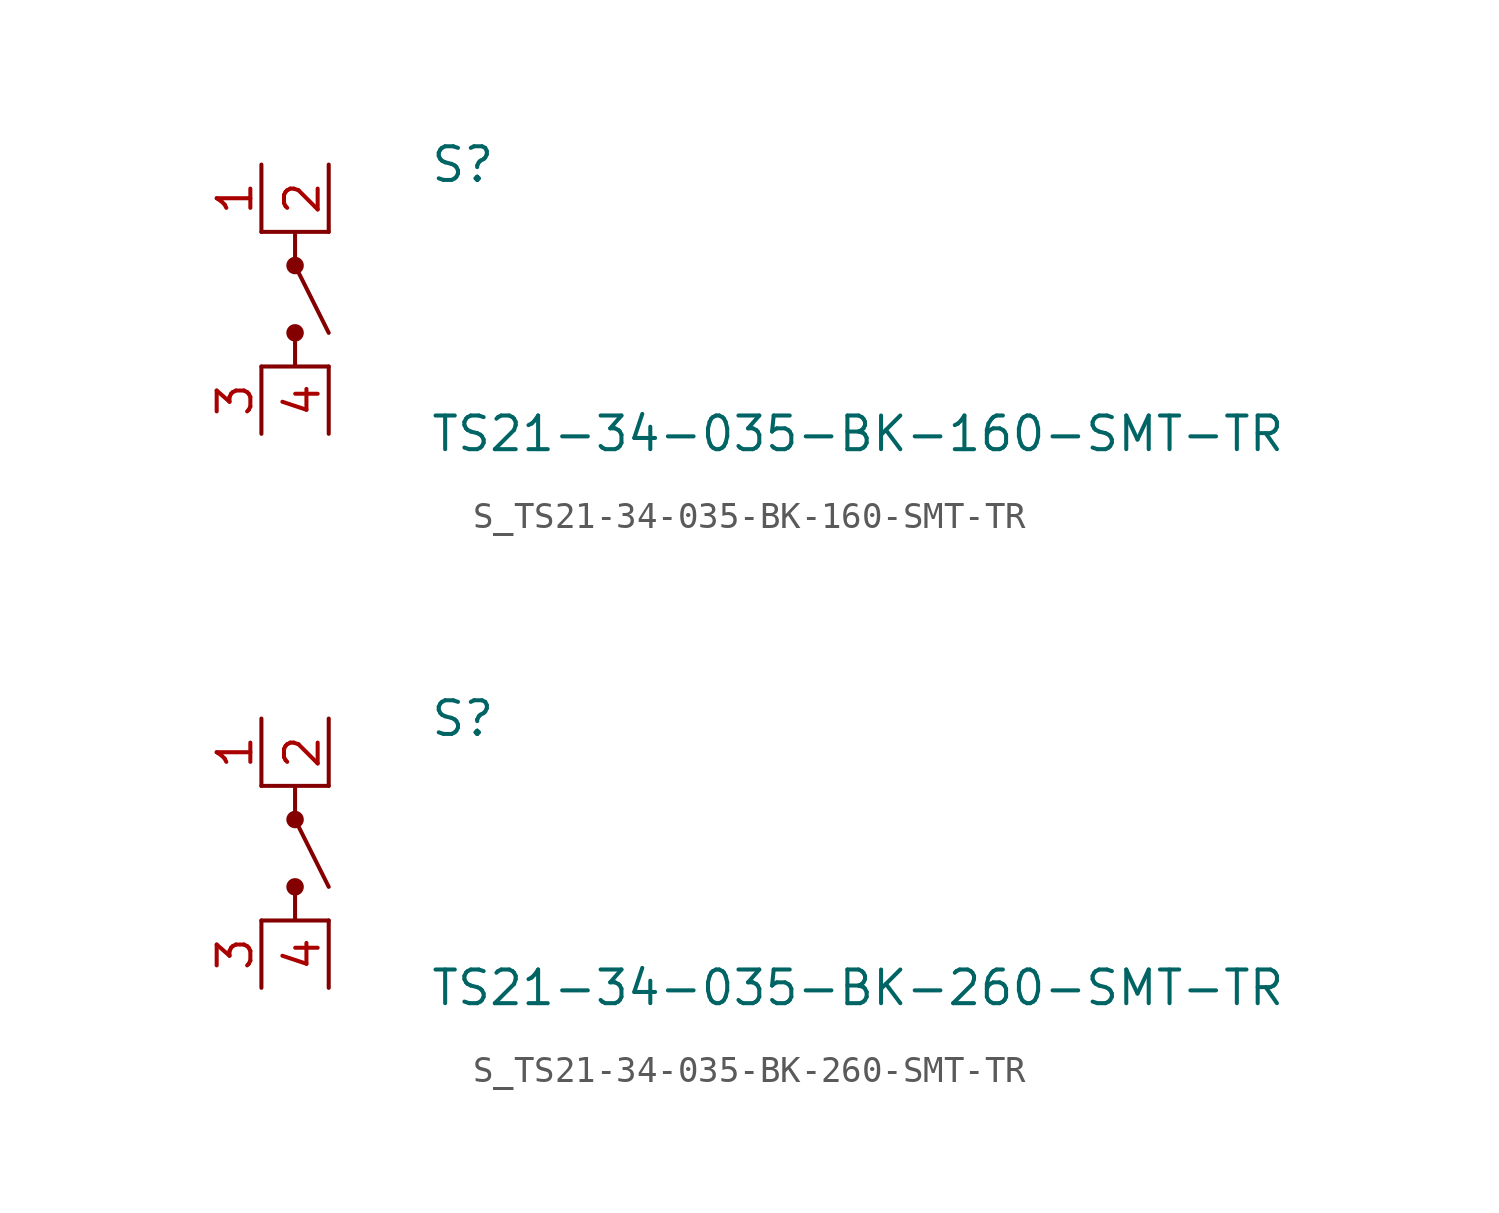
<source format=kicad_sym>
(kicad_symbol_lib
  (version 20231120)
  (generator kicad_symbol_editor)
  (generator_version 8.0)
  (symbol "S_TS21-34-035-BK-160-SMT-TR"
    (pin_names
      (offset 0.254))
    (property "Reference" "S"
      (at 5.08 5.08 0)
      (effects (font (size 1.27 1.27)) (justify left)))
    (property "Value" "TS21-34-035-BK-160-SMT-TR"
      (at 5.08 -5.08 0)
      (effects (font (size 1.27 1.27)) (justify left)))
    (symbol "S_TS21-34-035-BK-160-SMT-TR_0_0"
      (pin unspecified line (at -1.27 5.08 270) (length 2.54) (name "" (effects (font (size 1.27 1.27)))) (number "1" (effects (font (size 1.27 1.27)))))
      (pin unspecified line (at 1.27 5.08 270) (length 2.54) (name "" (effects (font (size 1.27 1.27)))) (number "2" (effects (font (size 1.27 1.27)))))
      (pin unspecified line (at -1.27 -5.08 90) (length 2.54) (name "" (effects (font (size 1.27 1.27)))) (number "3" (effects (font (size 1.27 1.27)))))
      (pin unspecified line (at 1.27 -5.08 90) (length 2.54) (name "" (effects (font (size 1.27 1.27)))) (number "4" (effects (font (size 1.27 1.27)))))
      (circle (center 0 1.27) (radius 0.254) (stroke (width 0) (type solid)) (fill (type outline)))
      (circle (center 0 -1.27) (radius 0.254) (stroke (width 0) (type solid)) (fill (type outline)))
      (polyline (pts (xy 1.27 2.54) (xy -1.27 2.54) (xy 0 2.54) (xy 0 1.27) (xy 1.27 -1.27)) (stroke (width 0) (type default)) (fill (type none)))
      (polyline (pts (xy 1.27 -2.54) (xy -1.27 -2.54) (xy 0 -2.54) (xy 0 -1.27)) (stroke (width 0) (type default)) (fill (type none))))
    (symbol "S_TS21-34-035-BK-160-SMT-TR_1_0"))
  (symbol "S_TS21-34-035-BK-260-SMT-TR"
    (pin_names
      (offset 0.254))
    (property "Reference" "S"
      (at 5.08 5.08 0)
      (effects (font (size 1.27 1.27)) (justify left)))
    (property "Value" "TS21-34-035-BK-260-SMT-TR"
      (at 5.08 -5.08 0)
      (effects (font (size 1.27 1.27)) (justify left)))
    (symbol "S_TS21-34-035-BK-260-SMT-TR_0_0"
      (pin unspecified line (at -1.27 5.08 270) (length 2.54) (name "" (effects (font (size 1.27 1.27)))) (number "1" (effects (font (size 1.27 1.27)))))
      (pin unspecified line (at 1.27 5.08 270) (length 2.54) (name "" (effects (font (size 1.27 1.27)))) (number "2" (effects (font (size 1.27 1.27)))))
      (pin unspecified line (at -1.27 -5.08 90) (length 2.54) (name "" (effects (font (size 1.27 1.27)))) (number "3" (effects (font (size 1.27 1.27)))))
      (pin unspecified line (at 1.27 -5.08 90) (length 2.54) (name "" (effects (font (size 1.27 1.27)))) (number "4" (effects (font (size 1.27 1.27)))))
      (circle (center 0 1.27) (radius 0.254) (stroke (width 0) (type solid)) (fill (type outline)))
      (circle (center 0 -1.27) (radius 0.254) (stroke (width 0) (type solid)) (fill (type outline)))
      (polyline (pts (xy 1.27 2.54) (xy -1.27 2.54) (xy 0 2.54) (xy 0 1.27) (xy 1.27 -1.27)) (stroke (width 0) (type default)) (fill (type none)))
      (polyline (pts (xy 1.27 -2.54) (xy -1.27 -2.54) (xy 0 -2.54) (xy 0 -1.27)) (stroke (width 0) (type default)) (fill (type none))))
    (symbol "S_TS21-34-035-BK-260-SMT-TR_1_0")))
</source>
